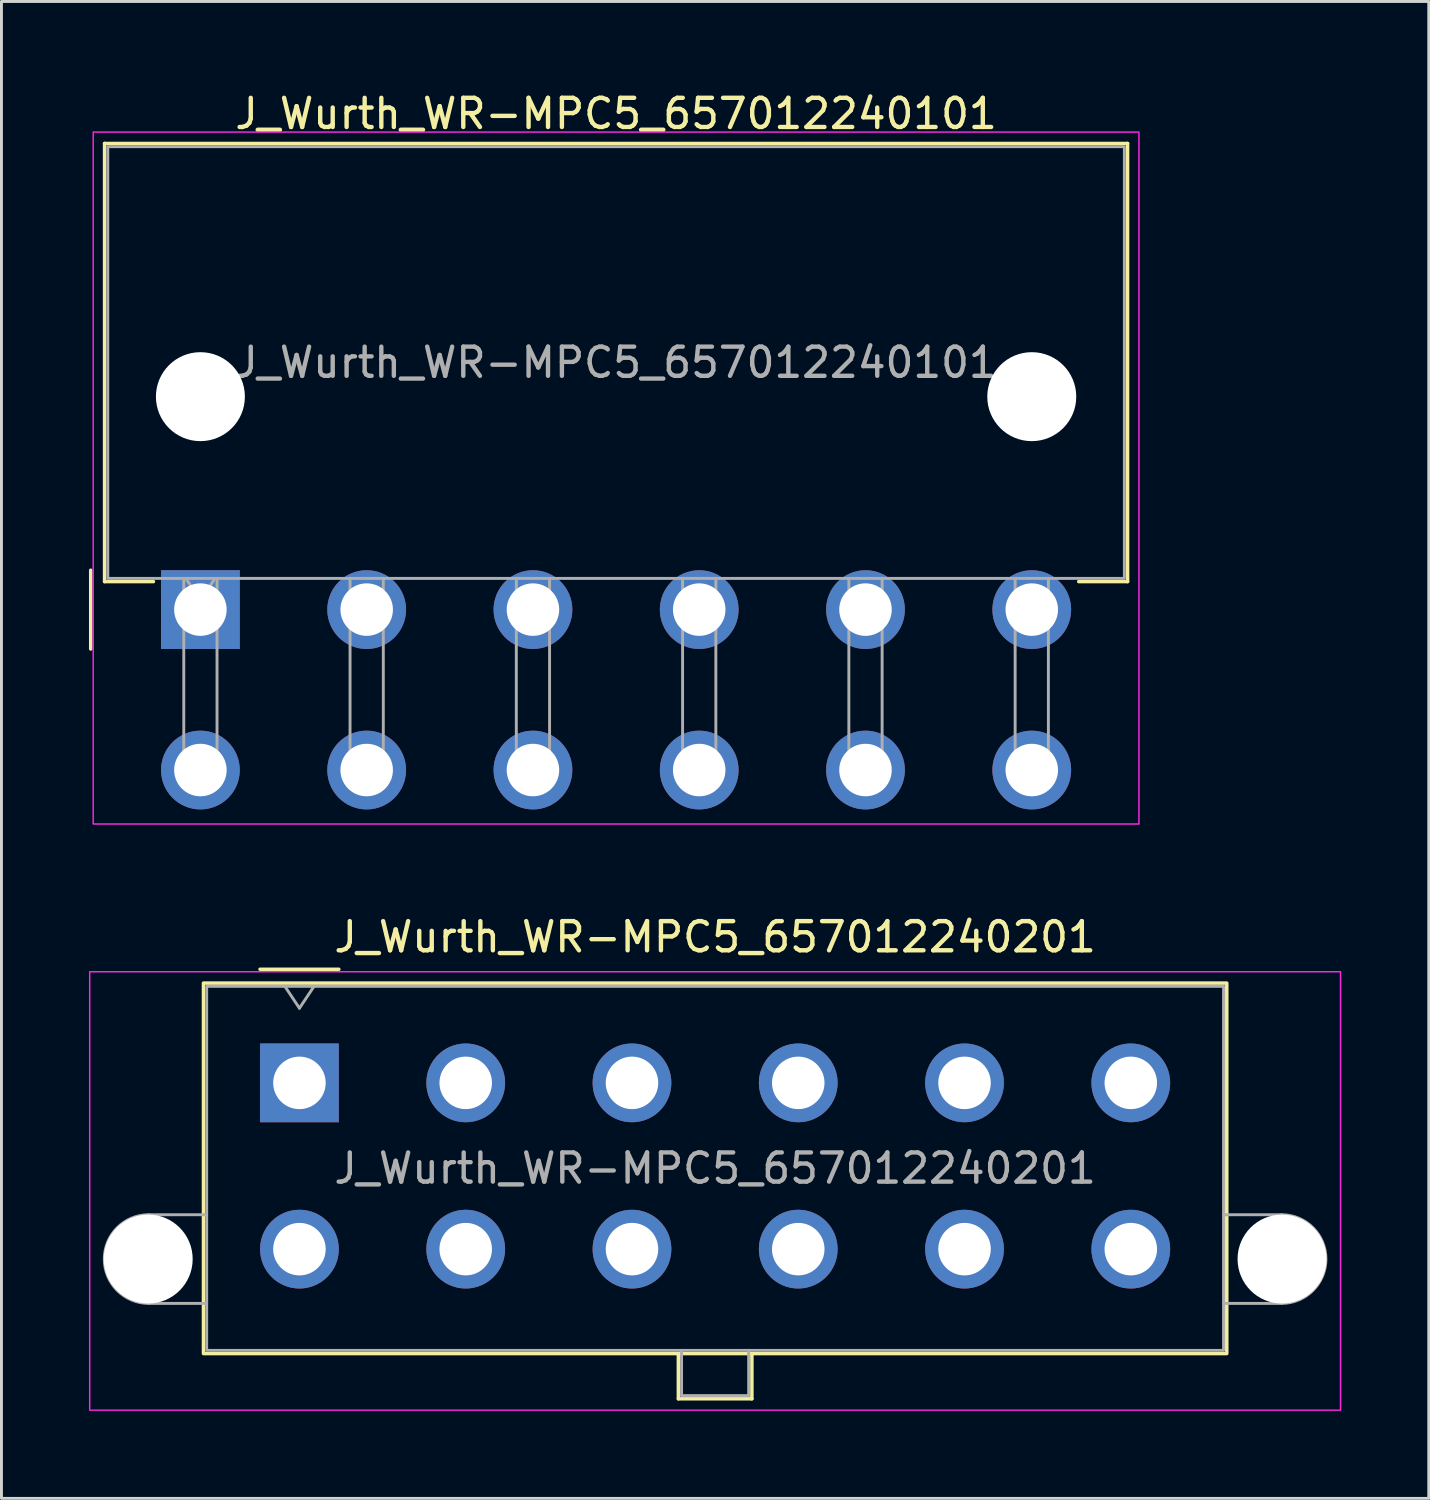
<source format=kicad_pcb>
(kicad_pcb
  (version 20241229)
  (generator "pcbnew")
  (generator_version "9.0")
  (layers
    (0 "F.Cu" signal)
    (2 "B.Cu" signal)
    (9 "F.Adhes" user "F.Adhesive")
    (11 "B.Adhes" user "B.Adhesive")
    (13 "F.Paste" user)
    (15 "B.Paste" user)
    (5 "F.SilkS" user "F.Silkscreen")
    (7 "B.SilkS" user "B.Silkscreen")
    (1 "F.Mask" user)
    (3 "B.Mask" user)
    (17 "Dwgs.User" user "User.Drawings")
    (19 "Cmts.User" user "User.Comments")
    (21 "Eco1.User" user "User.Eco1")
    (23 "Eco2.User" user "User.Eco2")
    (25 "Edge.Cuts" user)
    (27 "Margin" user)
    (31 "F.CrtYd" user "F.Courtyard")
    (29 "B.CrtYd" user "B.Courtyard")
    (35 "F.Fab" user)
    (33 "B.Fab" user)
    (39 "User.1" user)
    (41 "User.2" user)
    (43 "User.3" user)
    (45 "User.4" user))
  (footprint "J_Wurth_WR-MPC5_657012240201"
    (layer "F.Cu")
    (at 7.215 34.072)
    (property "Reference" "J_Wurth_WR-MPC5_657012240201" (at 14.25 -5 0) (unlocked yes) (layer "F.SilkS") (effects (font (size 1 1) (thickness 0.15))))
    (attr through_hole)
    (fp_line (start -1.35 -3.895) (end 1.35 -3.895) (stroke (width 0.12) (type solid)) (layer "F.SilkS"))
    (fp_line (start 12.99 9.28) (end 12.99 10.83) (stroke (width 0.12) (type solid)) (layer "F.SilkS"))
    (fp_line (start 15.51 9.28) (end 15.51 10.83) (stroke (width 0.12) (type solid)) (layer "F.SilkS"))
    (fp_line (start 15.51 10.83) (end 12.99 10.83) (stroke (width 0.12) (type solid)) (layer "F.SilkS"))
    (fp_rect (start -3.29 -3.42) (end 31.79 9.28) (stroke (width 0.12) (type solid)) (fill no) (layer "F.SilkS"))
    (fp_rect (start -7.19 -3.81) (end 35.69 11.22) (stroke (width 0.05) (type solid)) (fill no) (layer "F.CrtYd"))
    (fp_line (start -5.17 4.52) (end -3.18 4.52) (stroke (width 0.1) (type solid)) (layer "F.Fab"))
    (fp_line (start -5.17 7.56) (end -3.18 7.56) (stroke (width 0.1) (type solid)) (layer "F.Fab"))
    (fp_line (start 0 -2.56) (end -0.5 -3.31) (stroke (width 0.1) (type solid)) (layer "F.Fab"))
    (fp_line (start 0 -2.56) (end 0.5 -3.31) (stroke (width 0.1) (type solid)) (layer "F.Fab"))
    (fp_line (start 13.1 10.72) (end 13.1 9.17) (stroke (width 0.1) (type solid)) (layer "F.Fab"))
    (fp_line (start 15.4 9.17) (end 15.4 10.72) (stroke (width 0.1) (type solid)) (layer "F.Fab"))
    (fp_line (start 15.4 10.72) (end 13.1 10.72) (stroke (width 0.1) (type solid)) (layer "F.Fab"))
    (fp_line (start 33.67 4.52) (end 31.68 4.52) (stroke (width 0.1) (type solid)) (layer "F.Fab"))
    (fp_line (start 33.67 7.56) (end 31.68 7.56) (stroke (width 0.1) (type solid)) (layer "F.Fab"))
    (fp_rect (start -3.18 -3.31) (end 31.68 9.17) (stroke (width 0.1) (type solid)) (fill no) (layer "F.Fab"))
    (fp_arc (start -5.17 7.56) (mid -6.69 6.04) (end -5.17 4.52) (stroke (width 0.1) (type solid)) (layer "F.Fab"))
    (fp_arc (start 33.67 4.52) (mid 35.19 6.04) (end 33.67 7.56) (stroke (width 0.1) (type solid)) (layer "F.Fab"))
    (fp_text user "${REFERENCE}" (at 14.25 2.93 0) (unlocked yes) (layer "F.Fab") (effects (font (size 1 1) (thickness 0.15))))
    (pad "" np_thru_hole circle (at -5.185 6.04 180) (size 3.05 3.05) (drill 3.05) (layers "*.Cu" "*.Mask"))
    (pad "" np_thru_hole circle (at 33.685 6.04 180) (size 3.05 3.05) (drill 3.05) (layers "*.Cu" "*.Mask"))
    (pad "1" thru_hole rect (at 0 0 180) (size 2.7 2.7) (drill 1.8) (layers "*.Cu" "*.Mask"))
    (pad "2" thru_hole circle (at 5.7 0 180) (size 2.7 2.7) (drill 1.8) (layers "*.Cu" "*.Mask"))
    (pad "3" thru_hole circle (at 11.4 0 180) (size 2.7 2.7) (drill 1.8) (layers "*.Cu" "*.Mask"))
    (pad "4" thru_hole circle (at 17.1 0 180) (size 2.7 2.7) (drill 1.8) (layers "*.Cu" "*.Mask"))
    (pad "5" thru_hole circle (at 22.8 0 180) (size 2.7 2.7) (drill 1.8) (layers "*.Cu" "*.Mask"))
    (pad "6" thru_hole circle (at 28.5 0 180) (size 2.7 2.7) (drill 1.8) (layers "*.Cu" "*.Mask"))
    (pad "7" thru_hole circle (at 0 5.7 180) (size 2.7 2.7) (drill 1.8) (layers "*.Cu" "*.Mask"))
    (pad "8" thru_hole circle (at 5.7 5.7 180) (size 2.7 2.7) (drill 1.8) (layers "*.Cu" "*.Mask"))
    (pad "9" thru_hole circle (at 11.4 5.7 180) (size 2.7 2.7) (drill 1.8) (layers "*.Cu" "*.Mask"))
    (pad "10" thru_hole circle (at 17.1 5.7 180) (size 2.7 2.7) (drill 1.8) (layers "*.Cu" "*.Mask"))
    (pad "11" thru_hole circle (at 22.8 5.7 180) (size 2.7 2.7) (drill 1.8) (layers "*.Cu" "*.Mask"))
    (pad "12" thru_hole circle (at 28.5 5.7 180) (size 2.7 2.7) (drill 1.8) (layers "*.Cu" "*.Mask")))
  (footprint "J_Wurth_WR-MPC5_657012240101"
    (layer "F.Cu")
    (at 3.82 17.848)
    (property "Reference" "J_Wurth_WR-MPC5_657012240101" (at 14.25 -17 0) (unlocked yes) (layer "F.SilkS") (effects (font (size 1 1) (thickness 0.15))))
    (attr through_hole)
    (fp_line (start -3.76 -1.35) (end -3.76 1.35) (stroke (width 0.12) (type solid)) (layer "F.SilkS"))
    (fp_line (start -3.285 -15.98) (end -3.285 -0.96) (stroke (width 0.12) (type solid)) (layer "F.SilkS"))
    (fp_line (start -3.285 -15.98) (end 31.785 -15.98) (stroke (width 0.12) (type solid)) (layer "F.SilkS"))
    (fp_line (start -1.61 -0.96) (end -3.285 -0.96) (stroke (width 0.12) (type solid)) (layer "F.SilkS"))
    (fp_line (start 31.785 -15.98) (end 31.785 -0.96) (stroke (width 0.12) (type solid)) (layer "F.SilkS"))
    (fp_line (start 31.785 -0.96) (end 30.11 -0.96) (stroke (width 0.12) (type solid)) (layer "F.SilkS"))
    (fp_rect (start -3.675 -16.37) (end 32.175 7.35) (stroke (width 0.05) (type solid)) (fill no) (layer "F.CrtYd"))
    (fp_line (start -0.57 0.57) (end -0.57 -1.07) (stroke (width 0.1) (type solid)) (layer "F.Fab"))
    (fp_line (start -0.57 0.57) (end 0.57 0.57) (stroke (width 0.1) (type solid)) (layer "F.Fab"))
    (fp_line (start -0.57 6.07) (end -0.57 0.57) (stroke (width 0.1) (type solid)) (layer "F.Fab"))
    (fp_line (start 0 -0.32) (end -0.5 -1.07) (stroke (width 0.1) (type solid)) (layer "F.Fab"))
    (fp_line (start 0 -0.32) (end 0.5 -1.07) (stroke (width 0.1) (type solid)) (layer "F.Fab"))
    (fp_line (start 0.57 0.57) (end 0.57 -1.07) (stroke (width 0.1) (type solid)) (layer "F.Fab"))
    (fp_line (start 0.57 6.07) (end -0.57 6.07) (stroke (width 0.1) (type solid)) (layer "F.Fab"))
    (fp_line (start 0.57 6.07) (end 0.57 0.57) (stroke (width 0.1) (type solid)) (layer "F.Fab"))
    (fp_line (start 5.13 0.57) (end 5.13 -1.07) (stroke (width 0.1) (type solid)) (layer "F.Fab"))
    (fp_line (start 5.13 0.57) (end 6.27 0.57) (stroke (width 0.1) (type solid)) (layer "F.Fab"))
    (fp_line (start 5.13 6.07) (end 5.13 0.57) (stroke (width 0.1) (type solid)) (layer "F.Fab"))
    (fp_line (start 6.27 0.57) (end 6.27 -1.07) (stroke (width 0.1) (type solid)) (layer "F.Fab"))
    (fp_line (start 6.27 6.07) (end 5.13 6.07) (stroke (width 0.1) (type solid)) (layer "F.Fab"))
    (fp_line (start 6.27 6.07) (end 6.27 0.57) (stroke (width 0.1) (type solid)) (layer "F.Fab"))
    (fp_line (start 10.83 0.57) (end 10.83 -1.07) (stroke (width 0.1) (type solid)) (layer "F.Fab"))
    (fp_line (start 10.83 0.57) (end 11.97 0.57) (stroke (width 0.1) (type solid)) (layer "F.Fab"))
    (fp_line (start 10.83 6.07) (end 10.83 0.57) (stroke (width 0.1) (type solid)) (layer "F.Fab"))
    (fp_line (start 11.97 0.57) (end 11.97 -1.07) (stroke (width 0.1) (type solid)) (layer "F.Fab"))
    (fp_line (start 11.97 6.07) (end 10.83 6.07) (stroke (width 0.1) (type solid)) (layer "F.Fab"))
    (fp_line (start 11.97 6.07) (end 11.97 0.57) (stroke (width 0.1) (type solid)) (layer "F.Fab"))
    (fp_line (start 16.53 0.57) (end 16.53 -1.07) (stroke (width 0.1) (type solid)) (layer "F.Fab"))
    (fp_line (start 16.53 0.57) (end 17.67 0.57) (stroke (width 0.1) (type solid)) (layer "F.Fab"))
    (fp_line (start 16.53 6.07) (end 16.53 0.57) (stroke (width 0.1) (type solid)) (layer "F.Fab"))
    (fp_line (start 17.67 0.57) (end 17.67 -1.07) (stroke (width 0.1) (type solid)) (layer "F.Fab"))
    (fp_line (start 17.67 6.07) (end 16.53 6.07) (stroke (width 0.1) (type solid)) (layer "F.Fab"))
    (fp_line (start 17.67 6.07) (end 17.67 0.57) (stroke (width 0.1) (type solid)) (layer "F.Fab"))
    (fp_line (start 22.23 0.57) (end 22.23 -1.07) (stroke (width 0.1) (type solid)) (layer "F.Fab"))
    (fp_line (start 22.23 0.57) (end 23.37 0.57) (stroke (width 0.1) (type solid)) (layer "F.Fab"))
    (fp_line (start 22.23 6.07) (end 22.23 0.57) (stroke (width 0.1) (type solid)) (layer "F.Fab"))
    (fp_line (start 23.37 0.57) (end 23.37 -1.07) (stroke (width 0.1) (type solid)) (layer "F.Fab"))
    (fp_line (start 23.37 6.07) (end 22.23 6.07) (stroke (width 0.1) (type solid)) (layer "F.Fab"))
    (fp_line (start 23.37 6.07) (end 23.37 0.57) (stroke (width 0.1) (type solid)) (layer "F.Fab"))
    (fp_line (start 27.93 0.57) (end 27.93 -1.07) (stroke (width 0.1) (type solid)) (layer "F.Fab"))
    (fp_line (start 27.93 0.57) (end 29.07 0.57) (stroke (width 0.1) (type solid)) (layer "F.Fab"))
    (fp_line (start 27.93 6.07) (end 27.93 0.57) (stroke (width 0.1) (type solid)) (layer "F.Fab"))
    (fp_line (start 29.07 0.57) (end 29.07 -1.07) (stroke (width 0.1) (type solid)) (layer "F.Fab"))
    (fp_line (start 29.07 6.07) (end 27.93 6.07) (stroke (width 0.1) (type solid)) (layer "F.Fab"))
    (fp_line (start 29.07 6.07) (end 29.07 0.57) (stroke (width 0.1) (type solid)) (layer "F.Fab"))
    (fp_rect (start -3.175 -15.87) (end 31.675 -1.07) (stroke (width 0.1) (type solid)) (fill no) (layer "F.Fab"))
    (fp_text user "${REFERENCE}" (at 14.25 -8.47 0) (unlocked yes) (layer "F.Fab") (effects (font (size 1 1) (thickness 0.15))))
    (pad "" np_thru_hole circle (at 0 -7.3 180) (size 3.05 3.05) (drill 3.05) (layers "*.Cu" "*.Mask"))
    (pad "" np_thru_hole circle (at 28.5 -7.3 180) (size 3.05 3.05) (drill 3.05) (layers "*.Cu" "*.Mask"))
    (pad "1" thru_hole rect (at 0 0 180) (size 2.7 2.7) (drill 1.8) (layers "*.Cu" "*.Mask"))
    (pad "2" thru_hole circle (at 5.7 0 180) (size 2.7 2.7) (drill 1.8) (layers "*.Cu" "*.Mask"))
    (pad "3" thru_hole circle (at 11.4 0 180) (size 2.7 2.7) (drill 1.8) (layers "*.Cu" "*.Mask"))
    (pad "4" thru_hole circle (at 17.1 0 180) (size 2.7 2.7) (drill 1.8) (layers "*.Cu" "*.Mask"))
    (pad "5" thru_hole circle (at 22.8 0 180) (size 2.7 2.7) (drill 1.8) (layers "*.Cu" "*.Mask"))
    (pad "6" thru_hole circle (at 28.5 0 180) (size 2.7 2.7) (drill 1.8) (layers "*.Cu" "*.Mask"))
    (pad "7" thru_hole circle (at 0 5.5 180) (size 2.7 2.7) (drill 1.8) (layers "*.Cu" "*.Mask"))
    (pad "8" thru_hole circle (at 5.7 5.5 180) (size 2.7 2.7) (drill 1.8) (layers "*.Cu" "*.Mask"))
    (pad "9" thru_hole circle (at 11.4 5.5 180) (size 2.7 2.7) (drill 1.8) (layers "*.Cu" "*.Mask"))
    (pad "10" thru_hole circle (at 17.1 5.5 180) (size 2.7 2.7) (drill 1.8) (layers "*.Cu" "*.Mask"))
    (pad "11" thru_hole circle (at 22.8 5.5 180) (size 2.7 2.7) (drill 1.8) (layers "*.Cu" "*.Mask"))
    (pad "12" thru_hole circle (at 28.5 5.5 180) (size 2.7 2.7) (drill 1.8) (layers "*.Cu" "*.Mask")))
  (gr_rect
    (start -3 -3)
    (end 45.93 48.316)
    (stroke (width 0.1) (type default))
    (fill no)
    (layer "Edge.Cuts")))
</source>
